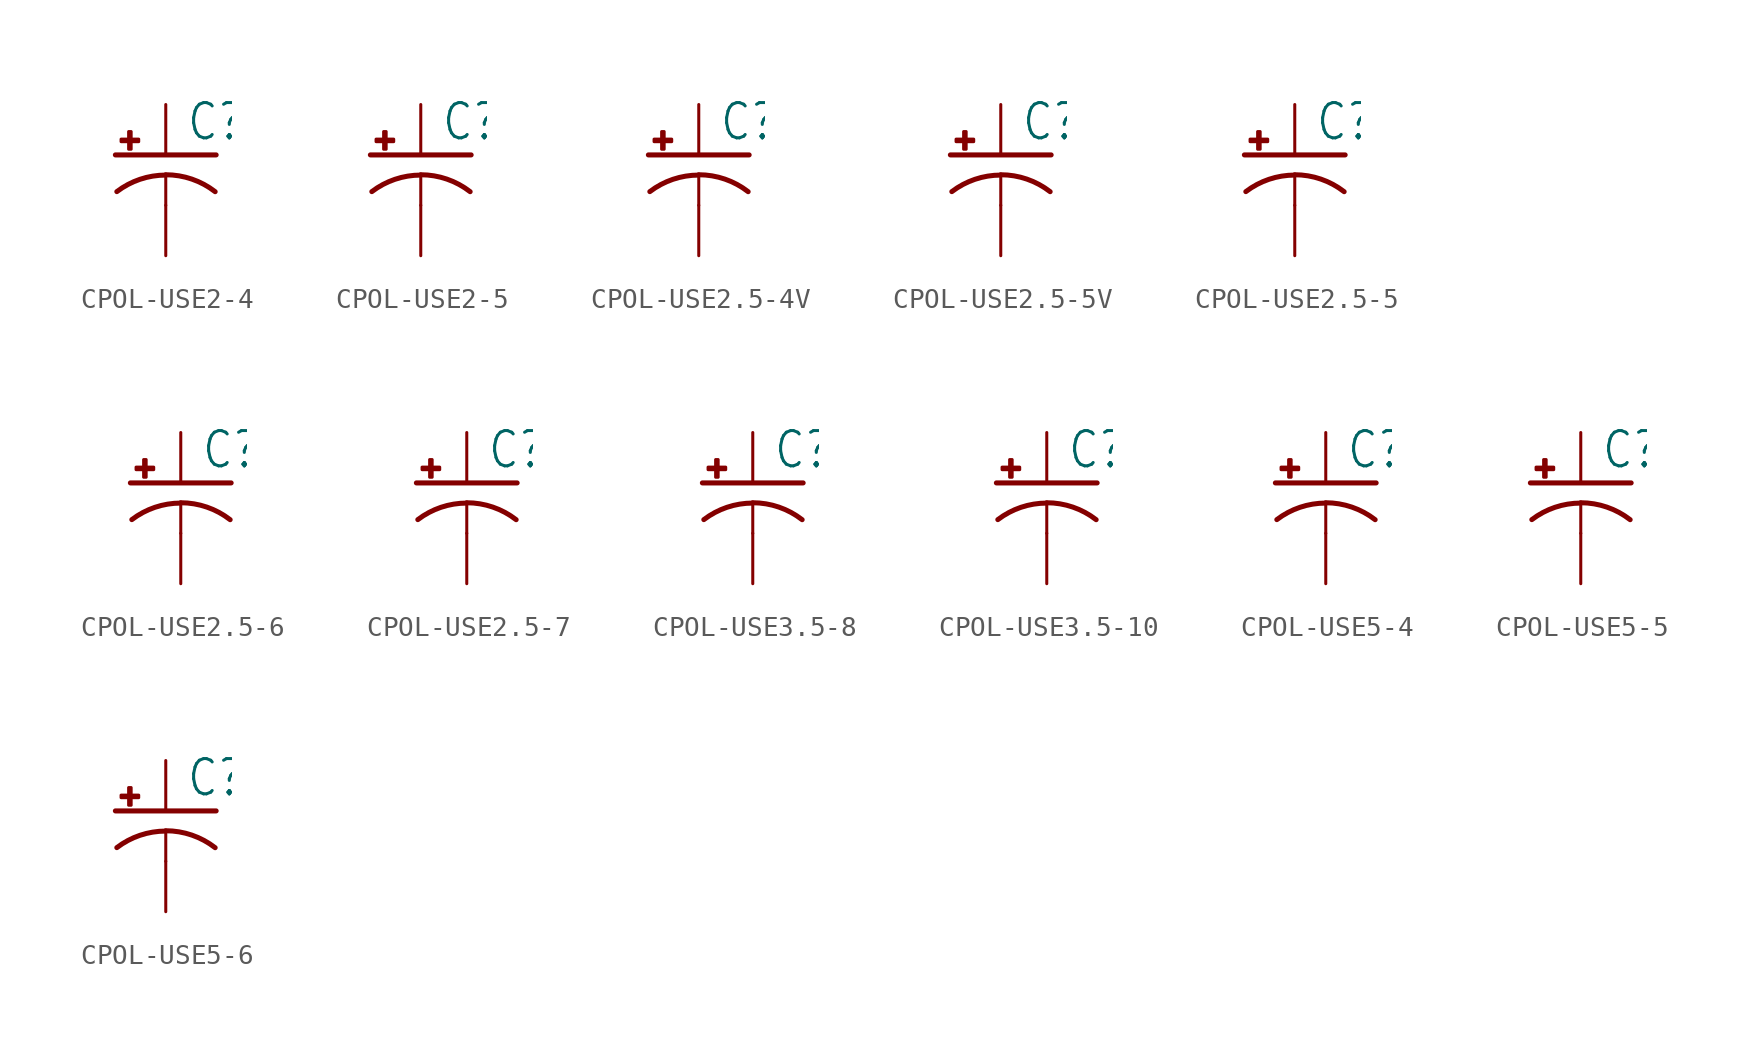
<source format=kicad_sym>
(kicad_symbol_lib
  (version 20231120)
  (generator "kicad_symbol_editor")
  (generator_version "8.0")
  (symbol "CPOL-USE2-4"
    (property "Reference" "C"
      (at 1.016 0.635 0)
      (effects (font (size 1.778 1.511)) (justify left bottom)))
    (property "Value" ""
      (at 1.016 -4.191 0)
      (effects (font (size 1.778 1.511)) (justify left bottom)))
    (property "ki_locked" ""
      (at 0 0 0)
      (effects (font (size 1.27 1.27))))
    (symbol "CPOL-USE2-4_1_0"
      (rectangle (start -2.253 0.668) (end -1.364 0.795) (stroke (width 0) (type default)) (fill (type outline)))
      (rectangle (start -1.872 0.287) (end -1.745 1.176) (stroke (width 0) (type default)) (fill (type outline)))
      (arc (start 0 -1.0161) (mid -1.3021 -1.2303) (end -2.4669 -1.8504) (stroke (width 0.254) (type solid)) (fill (type none)))
      (polyline (pts (xy -2.54 0) (xy 2.54 0)) (stroke (width 0.254) (type solid)) (fill (type none)))
      (polyline (pts (xy 0 -1.016) (xy 0 -2.54)) (stroke (width 0.152) (type solid)) (fill (type none)))
      (arc (start 2.4892 -1.8541) (mid 1.3158 -1.2194) (end 0 -1) (stroke (width 0.254) (type solid)) (fill (type none)))
      (pin passive line (at 0 2.54 270) (length 2.54) (name "+" (effects (font (size 0 0)))) (number "+" (effects (font (size 0 0)))))
      (pin passive line (at 0 -5.08 90) (length 2.54) (name "-" (effects (font (size 0 0)))) (number "-" (effects (font (size 0 0)))))))
  (symbol "CPOL-USE2-5"
    (property "Reference" "C"
      (at 1.016 0.635 0)
      (effects (font (size 1.778 1.511)) (justify left bottom)))
    (property "Value" ""
      (at 1.016 -4.191 0)
      (effects (font (size 1.778 1.511)) (justify left bottom)))
    (property "ki_locked" ""
      (at 0 0 0)
      (effects (font (size 1.27 1.27))))
    (symbol "CPOL-USE2-5_1_0"
      (rectangle (start -2.253 0.668) (end -1.364 0.795) (stroke (width 0) (type default)) (fill (type outline)))
      (rectangle (start -1.872 0.287) (end -1.745 1.176) (stroke (width 0) (type default)) (fill (type outline)))
      (arc (start 0 -1.0161) (mid -1.3021 -1.2303) (end -2.4669 -1.8504) (stroke (width 0.254) (type solid)) (fill (type none)))
      (polyline (pts (xy -2.54 0) (xy 2.54 0)) (stroke (width 0.254) (type solid)) (fill (type none)))
      (polyline (pts (xy 0 -1.016) (xy 0 -2.54)) (stroke (width 0.152) (type solid)) (fill (type none)))
      (arc (start 2.4892 -1.8541) (mid 1.3158 -1.2194) (end 0 -1) (stroke (width 0.254) (type solid)) (fill (type none)))
      (pin passive line (at 0 2.54 270) (length 2.54) (name "+" (effects (font (size 0 0)))) (number "+" (effects (font (size 0 0)))))
      (pin passive line (at 0 -5.08 90) (length 2.54) (name "-" (effects (font (size 0 0)))) (number "-" (effects (font (size 0 0)))))))
  (symbol "CPOL-USE2.5-4V"
    (property "Reference" "C"
      (at 1.016 0.635 0)
      (effects (font (size 1.778 1.511)) (justify left bottom)))
    (property "Value" ""
      (at 1.016 -4.191 0)
      (effects (font (size 1.778 1.511)) (justify left bottom)))
    (property "ki_locked" ""
      (at 0 0 0)
      (effects (font (size 1.27 1.27))))
    (symbol "CPOL-USE2.5-4V_1_0"
      (rectangle (start -2.253 0.668) (end -1.364 0.795) (stroke (width 0) (type default)) (fill (type outline)))
      (rectangle (start -1.872 0.287) (end -1.745 1.176) (stroke (width 0) (type default)) (fill (type outline)))
      (arc (start 0 -1.0161) (mid -1.3021 -1.2303) (end -2.4669 -1.8504) (stroke (width 0.254) (type solid)) (fill (type none)))
      (polyline (pts (xy -2.54 0) (xy 2.54 0)) (stroke (width 0.254) (type solid)) (fill (type none)))
      (polyline (pts (xy 0 -1.016) (xy 0 -2.54)) (stroke (width 0.152) (type solid)) (fill (type none)))
      (arc (start 2.4892 -1.8541) (mid 1.3158 -1.2194) (end 0 -1) (stroke (width 0.254) (type solid)) (fill (type none)))
      (pin passive line (at 0 2.54 270) (length 2.54) (name "+" (effects (font (size 0 0)))) (number "+" (effects (font (size 0 0)))))
      (pin passive line (at 0 -5.08 90) (length 2.54) (name "-" (effects (font (size 0 0)))) (number "-" (effects (font (size 0 0)))))))
  (symbol "CPOL-USE2.5-5V"
    (property "Reference" "C"
      (at 1.016 0.635 0)
      (effects (font (size 1.778 1.511)) (justify left bottom)))
    (property "Value" ""
      (at 1.016 -4.191 0)
      (effects (font (size 1.778 1.511)) (justify left bottom)))
    (property "ki_locked" ""
      (at 0 0 0)
      (effects (font (size 1.27 1.27))))
    (symbol "CPOL-USE2.5-5V_1_0"
      (rectangle (start -2.253 0.668) (end -1.364 0.795) (stroke (width 0) (type default)) (fill (type outline)))
      (rectangle (start -1.872 0.287) (end -1.745 1.176) (stroke (width 0) (type default)) (fill (type outline)))
      (arc (start 0 -1.0161) (mid -1.3021 -1.2303) (end -2.4669 -1.8504) (stroke (width 0.254) (type solid)) (fill (type none)))
      (polyline (pts (xy -2.54 0) (xy 2.54 0)) (stroke (width 0.254) (type solid)) (fill (type none)))
      (polyline (pts (xy 0 -1.016) (xy 0 -2.54)) (stroke (width 0.152) (type solid)) (fill (type none)))
      (arc (start 2.4892 -1.8541) (mid 1.3158 -1.2194) (end 0 -1) (stroke (width 0.254) (type solid)) (fill (type none)))
      (pin passive line (at 0 2.54 270) (length 2.54) (name "+" (effects (font (size 0 0)))) (number "+" (effects (font (size 0 0)))))
      (pin passive line (at 0 -5.08 90) (length 2.54) (name "-" (effects (font (size 0 0)))) (number "-" (effects (font (size 0 0)))))))
  (symbol "CPOL-USE2.5-5"
    (property "Reference" "C"
      (at 1.016 0.635 0)
      (effects (font (size 1.778 1.511)) (justify left bottom)))
    (property "Value" ""
      (at 1.016 -4.191 0)
      (effects (font (size 1.778 1.511)) (justify left bottom)))
    (property "ki_locked" ""
      (at 0 0 0)
      (effects (font (size 1.27 1.27))))
    (symbol "CPOL-USE2.5-5_1_0"
      (rectangle (start -2.253 0.668) (end -1.364 0.795) (stroke (width 0) (type default)) (fill (type outline)))
      (rectangle (start -1.872 0.287) (end -1.745 1.176) (stroke (width 0) (type default)) (fill (type outline)))
      (arc (start 0 -1.0161) (mid -1.3021 -1.2303) (end -2.4669 -1.8504) (stroke (width 0.254) (type solid)) (fill (type none)))
      (polyline (pts (xy -2.54 0) (xy 2.54 0)) (stroke (width 0.254) (type solid)) (fill (type none)))
      (polyline (pts (xy 0 -1.016) (xy 0 -2.54)) (stroke (width 0.152) (type solid)) (fill (type none)))
      (arc (start 2.4892 -1.8541) (mid 1.3158 -1.2194) (end 0 -1) (stroke (width 0.254) (type solid)) (fill (type none)))
      (pin passive line (at 0 2.54 270) (length 2.54) (name "+" (effects (font (size 0 0)))) (number "+" (effects (font (size 0 0)))))
      (pin passive line (at 0 -5.08 90) (length 2.54) (name "-" (effects (font (size 0 0)))) (number "-" (effects (font (size 0 0)))))))
  (symbol "CPOL-USE2.5-6"
    (property "Reference" "C"
      (at 1.016 0.635 0)
      (effects (font (size 1.778 1.511)) (justify left bottom)))
    (property "Value" ""
      (at 1.016 -4.191 0)
      (effects (font (size 1.778 1.511)) (justify left bottom)))
    (property "ki_locked" ""
      (at 0 0 0)
      (effects (font (size 1.27 1.27))))
    (symbol "CPOL-USE2.5-6_1_0"
      (rectangle (start -2.253 0.668) (end -1.364 0.795) (stroke (width 0) (type default)) (fill (type outline)))
      (rectangle (start -1.872 0.287) (end -1.745 1.176) (stroke (width 0) (type default)) (fill (type outline)))
      (arc (start 0 -1.0161) (mid -1.3021 -1.2303) (end -2.4669 -1.8504) (stroke (width 0.254) (type solid)) (fill (type none)))
      (polyline (pts (xy -2.54 0) (xy 2.54 0)) (stroke (width 0.254) (type solid)) (fill (type none)))
      (polyline (pts (xy 0 -1.016) (xy 0 -2.54)) (stroke (width 0.152) (type solid)) (fill (type none)))
      (arc (start 2.4892 -1.8541) (mid 1.3158 -1.2194) (end 0 -1) (stroke (width 0.254) (type solid)) (fill (type none)))
      (pin passive line (at 0 2.54 270) (length 2.54) (name "+" (effects (font (size 0 0)))) (number "+" (effects (font (size 0 0)))))
      (pin passive line (at 0 -5.08 90) (length 2.54) (name "-" (effects (font (size 0 0)))) (number "-" (effects (font (size 0 0)))))))
  (symbol "CPOL-USE2.5-7"
    (property "Reference" "C"
      (at 1.016 0.635 0)
      (effects (font (size 1.778 1.511)) (justify left bottom)))
    (property "Value" ""
      (at 1.016 -4.191 0)
      (effects (font (size 1.778 1.511)) (justify left bottom)))
    (property "ki_locked" ""
      (at 0 0 0)
      (effects (font (size 1.27 1.27))))
    (symbol "CPOL-USE2.5-7_1_0"
      (rectangle (start -2.253 0.668) (end -1.364 0.795) (stroke (width 0) (type default)) (fill (type outline)))
      (rectangle (start -1.872 0.287) (end -1.745 1.176) (stroke (width 0) (type default)) (fill (type outline)))
      (arc (start 0 -1.0161) (mid -1.3021 -1.2303) (end -2.4669 -1.8504) (stroke (width 0.254) (type solid)) (fill (type none)))
      (polyline (pts (xy -2.54 0) (xy 2.54 0)) (stroke (width 0.254) (type solid)) (fill (type none)))
      (polyline (pts (xy 0 -1.016) (xy 0 -2.54)) (stroke (width 0.152) (type solid)) (fill (type none)))
      (arc (start 2.4892 -1.8541) (mid 1.3158 -1.2194) (end 0 -1) (stroke (width 0.254) (type solid)) (fill (type none)))
      (pin passive line (at 0 2.54 270) (length 2.54) (name "+" (effects (font (size 0 0)))) (number "+" (effects (font (size 0 0)))))
      (pin passive line (at 0 -5.08 90) (length 2.54) (name "-" (effects (font (size 0 0)))) (number "-" (effects (font (size 0 0)))))))
  (symbol "CPOL-USE3.5-8"
    (property "Reference" "C"
      (at 1.016 0.635 0)
      (effects (font (size 1.778 1.511)) (justify left bottom)))
    (property "Value" ""
      (at 1.016 -4.191 0)
      (effects (font (size 1.778 1.511)) (justify left bottom)))
    (property "ki_locked" ""
      (at 0 0 0)
      (effects (font (size 1.27 1.27))))
    (symbol "CPOL-USE3.5-8_1_0"
      (rectangle (start -2.253 0.668) (end -1.364 0.795) (stroke (width 0) (type default)) (fill (type outline)))
      (rectangle (start -1.872 0.287) (end -1.745 1.176) (stroke (width 0) (type default)) (fill (type outline)))
      (arc (start 0 -1.0161) (mid -1.3021 -1.2303) (end -2.4669 -1.8504) (stroke (width 0.254) (type solid)) (fill (type none)))
      (polyline (pts (xy -2.54 0) (xy 2.54 0)) (stroke (width 0.254) (type solid)) (fill (type none)))
      (polyline (pts (xy 0 -1.016) (xy 0 -2.54)) (stroke (width 0.152) (type solid)) (fill (type none)))
      (arc (start 2.4892 -1.8541) (mid 1.3158 -1.2194) (end 0 -1) (stroke (width 0.254) (type solid)) (fill (type none)))
      (pin passive line (at 0 2.54 270) (length 2.54) (name "+" (effects (font (size 0 0)))) (number "+" (effects (font (size 0 0)))))
      (pin passive line (at 0 -5.08 90) (length 2.54) (name "-" (effects (font (size 0 0)))) (number "-" (effects (font (size 0 0)))))))
  (symbol "CPOL-USE3.5-10"
    (property "Reference" "C"
      (at 1.016 0.635 0)
      (effects (font (size 1.778 1.511)) (justify left bottom)))
    (property "Value" ""
      (at 1.016 -4.191 0)
      (effects (font (size 1.778 1.511)) (justify left bottom)))
    (property "ki_locked" ""
      (at 0 0 0)
      (effects (font (size 1.27 1.27))))
    (symbol "CPOL-USE3.5-10_1_0"
      (rectangle (start -2.253 0.668) (end -1.364 0.795) (stroke (width 0) (type default)) (fill (type outline)))
      (rectangle (start -1.872 0.287) (end -1.745 1.176) (stroke (width 0) (type default)) (fill (type outline)))
      (arc (start 0 -1.0161) (mid -1.3021 -1.2303) (end -2.4669 -1.8504) (stroke (width 0.254) (type solid)) (fill (type none)))
      (polyline (pts (xy -2.54 0) (xy 2.54 0)) (stroke (width 0.254) (type solid)) (fill (type none)))
      (polyline (pts (xy 0 -1.016) (xy 0 -2.54)) (stroke (width 0.152) (type solid)) (fill (type none)))
      (arc (start 2.4892 -1.8541) (mid 1.3158 -1.2194) (end 0 -1) (stroke (width 0.254) (type solid)) (fill (type none)))
      (pin passive line (at 0 2.54 270) (length 2.54) (name "+" (effects (font (size 0 0)))) (number "+" (effects (font (size 0 0)))))
      (pin passive line (at 0 -5.08 90) (length 2.54) (name "-" (effects (font (size 0 0)))) (number "-" (effects (font (size 0 0)))))))
  (symbol "CPOL-USE5-4"
    (property "Reference" "C"
      (at 1.016 0.635 0)
      (effects (font (size 1.778 1.511)) (justify left bottom)))
    (property "Value" ""
      (at 1.016 -4.191 0)
      (effects (font (size 1.778 1.511)) (justify left bottom)))
    (property "ki_locked" ""
      (at 0 0 0)
      (effects (font (size 1.27 1.27))))
    (symbol "CPOL-USE5-4_1_0"
      (rectangle (start -2.253 0.668) (end -1.364 0.795) (stroke (width 0) (type default)) (fill (type outline)))
      (rectangle (start -1.872 0.287) (end -1.745 1.176) (stroke (width 0) (type default)) (fill (type outline)))
      (arc (start 0 -1.0161) (mid -1.3021 -1.2303) (end -2.4669 -1.8504) (stroke (width 0.254) (type solid)) (fill (type none)))
      (polyline (pts (xy -2.54 0) (xy 2.54 0)) (stroke (width 0.254) (type solid)) (fill (type none)))
      (polyline (pts (xy 0 -1.016) (xy 0 -2.54)) (stroke (width 0.152) (type solid)) (fill (type none)))
      (arc (start 2.4892 -1.8541) (mid 1.3158 -1.2194) (end 0 -1) (stroke (width 0.254) (type solid)) (fill (type none)))
      (pin passive line (at 0 2.54 270) (length 2.54) (name "+" (effects (font (size 0 0)))) (number "+" (effects (font (size 0 0)))))
      (pin passive line (at 0 -5.08 90) (length 2.54) (name "-" (effects (font (size 0 0)))) (number "-" (effects (font (size 0 0)))))))
  (symbol "CPOL-USE5-5"
    (property "Reference" "C"
      (at 1.016 0.635 0)
      (effects (font (size 1.778 1.511)) (justify left bottom)))
    (property "Value" ""
      (at 1.016 -4.191 0)
      (effects (font (size 1.778 1.511)) (justify left bottom)))
    (property "ki_locked" ""
      (at 0 0 0)
      (effects (font (size 1.27 1.27))))
    (symbol "CPOL-USE5-5_1_0"
      (rectangle (start -2.253 0.668) (end -1.364 0.795) (stroke (width 0) (type default)) (fill (type outline)))
      (rectangle (start -1.872 0.287) (end -1.745 1.176) (stroke (width 0) (type default)) (fill (type outline)))
      (arc (start 0 -1.0161) (mid -1.3021 -1.2303) (end -2.4669 -1.8504) (stroke (width 0.254) (type solid)) (fill (type none)))
      (polyline (pts (xy -2.54 0) (xy 2.54 0)) (stroke (width 0.254) (type solid)) (fill (type none)))
      (polyline (pts (xy 0 -1.016) (xy 0 -2.54)) (stroke (width 0.152) (type solid)) (fill (type none)))
      (arc (start 2.4892 -1.8541) (mid 1.3158 -1.2194) (end 0 -1) (stroke (width 0.254) (type solid)) (fill (type none)))
      (pin passive line (at 0 2.54 270) (length 2.54) (name "+" (effects (font (size 0 0)))) (number "+" (effects (font (size 0 0)))))
      (pin passive line (at 0 -5.08 90) (length 2.54) (name "-" (effects (font (size 0 0)))) (number "-" (effects (font (size 0 0)))))))
  (symbol "CPOL-USE5-6"
    (property "Reference" "C"
      (at 1.016 0.635 0)
      (effects (font (size 1.778 1.511)) (justify left bottom)))
    (property "Value" ""
      (at 1.016 -4.191 0)
      (effects (font (size 1.778 1.511)) (justify left bottom)))
    (property "ki_locked" ""
      (at 0 0 0)
      (effects (font (size 1.27 1.27))))
    (symbol "CPOL-USE5-6_1_0"
      (rectangle (start -2.253 0.668) (end -1.364 0.795) (stroke (width 0) (type default)) (fill (type outline)))
      (rectangle (start -1.872 0.287) (end -1.745 1.176) (stroke (width 0) (type default)) (fill (type outline)))
      (arc (start 0 -1.0161) (mid -1.3021 -1.2303) (end -2.4669 -1.8504) (stroke (width 0.254) (type solid)) (fill (type none)))
      (polyline (pts (xy -2.54 0) (xy 2.54 0)) (stroke (width 0.254) (type solid)) (fill (type none)))
      (polyline (pts (xy 0 -1.016) (xy 0 -2.54)) (stroke (width 0.152) (type solid)) (fill (type none)))
      (arc (start 2.4892 -1.8541) (mid 1.3158 -1.2194) (end 0 -1) (stroke (width 0.254) (type solid)) (fill (type none)))
      (pin passive line (at 0 2.54 270) (length 2.54) (name "+" (effects (font (size 0 0)))) (number "+" (effects (font (size 0 0)))))
      (pin passive line (at 0 -5.08 90) (length 2.54) (name "-" (effects (font (size 0 0)))) (number "-" (effects (font (size 0 0))))))))
</source>
